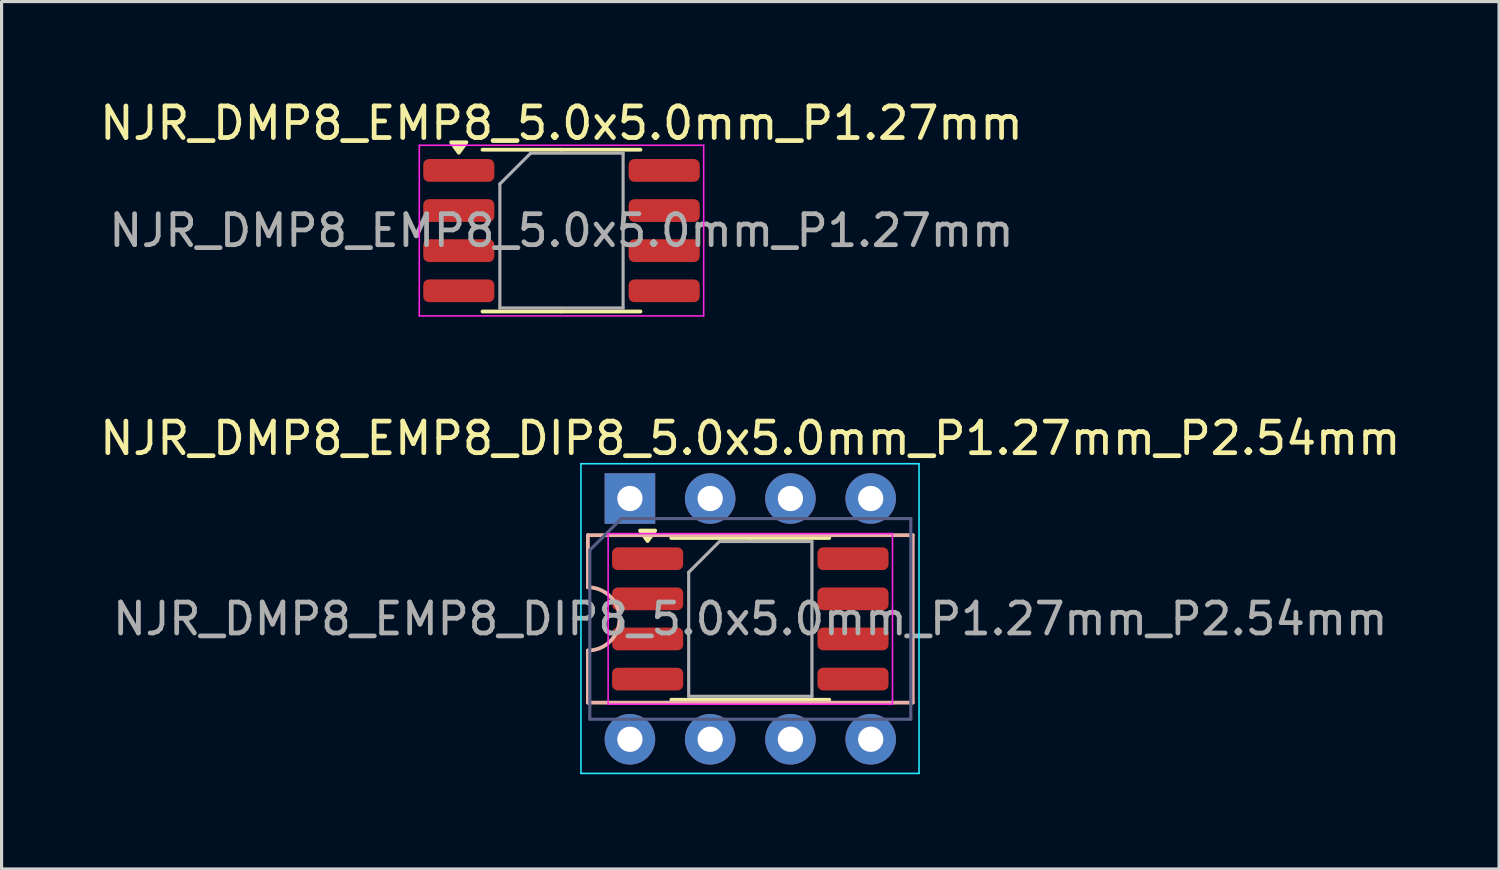
<source format=kicad_pcb>
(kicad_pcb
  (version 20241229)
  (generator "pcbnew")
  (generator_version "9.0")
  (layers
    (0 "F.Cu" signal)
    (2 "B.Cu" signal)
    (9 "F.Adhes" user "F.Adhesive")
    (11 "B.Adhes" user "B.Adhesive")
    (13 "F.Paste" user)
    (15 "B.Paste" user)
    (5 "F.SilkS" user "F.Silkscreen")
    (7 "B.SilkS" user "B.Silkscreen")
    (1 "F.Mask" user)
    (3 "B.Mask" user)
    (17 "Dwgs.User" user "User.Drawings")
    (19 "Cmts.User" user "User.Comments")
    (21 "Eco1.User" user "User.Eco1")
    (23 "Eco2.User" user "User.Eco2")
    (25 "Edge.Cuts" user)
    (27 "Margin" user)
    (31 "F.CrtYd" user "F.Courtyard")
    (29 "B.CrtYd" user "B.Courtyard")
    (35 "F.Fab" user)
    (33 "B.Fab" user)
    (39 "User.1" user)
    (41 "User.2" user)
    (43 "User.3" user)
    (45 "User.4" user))
  (footprint "NJR_DMP8_EMP8_DIP8_5.0x5.0mm_P1.27mm_P2.54mm"
    (layer "F.Cu")
    (at 20.696 16.537)
    (property "Reference" "NJR_DMP8_EMP8_DIP8_5.0x5.0mm_P1.27mm_P2.54mm" (at 0 -5.715 0) (layer "F.SilkS") (effects (font (size 1 1) (thickness 0.15))))
    (attr smd)
    (fp_line (start 0 -2.56) (end -2.5 -2.56) (stroke (width 0.12) (type solid)) (layer "F.SilkS"))
    (fp_line (start 0 -2.56) (end 2.5 -2.56) (stroke (width 0.12) (type solid)) (layer "F.SilkS"))
    (fp_line (start 0 2.56) (end -2.5 2.56) (stroke (width 0.12) (type solid)) (layer "F.SilkS"))
    (fp_line (start 0 2.56) (end 2.5 2.56) (stroke (width 0.12) (type solid)) (layer "F.SilkS"))
    (fp_poly (pts (xy -3.25 -2.465) (xy -3.49 -2.795) (xy -3.01 -2.795) (xy -3.25 -2.465)) (stroke (width 0.12) (type solid)) (fill yes) (layer "F.SilkS"))
    (fp_line (start -5.14 -2.65) (end -5.14 -1) (stroke (width 0.12) (type solid)) (layer "B.SilkS"))
    (fp_line (start -5.14 1) (end -5.14 2.65) (stroke (width 0.12) (type solid)) (layer "B.SilkS"))
    (fp_line (start -5.14 2.65) (end 5.14 2.65) (stroke (width 0.12) (type solid)) (layer "B.SilkS"))
    (fp_line (start 5.14 -2.65) (end -5.14 -2.65) (stroke (width 0.12) (type solid)) (layer "B.SilkS"))
    (fp_line (start 5.14 2.65) (end 5.14 -2.65) (stroke (width 0.12) (type solid)) (layer "B.SilkS"))
    (fp_arc (start -5.14 -1) (mid -4.14 0) (end -5.14 1) (stroke (width 0.12) (type solid)) (layer "B.SilkS"))
    (fp_line (start -5.36 -4.91) (end -5.36 4.89) (stroke (width 0.05) (type solid)) (layer "B.CrtYd"))
    (fp_line (start -5.36 4.89) (end 5.34 4.89) (stroke (width 0.05) (type solid)) (layer "B.CrtYd"))
    (fp_line (start 5.34 -4.91) (end -5.36 -4.91) (stroke (width 0.05) (type solid)) (layer "B.CrtYd"))
    (fp_line (start 5.34 4.89) (end 5.34 -4.91) (stroke (width 0.05) (type solid)) (layer "B.CrtYd"))
    (fp_line (start -4.5 -2.7) (end -4.5 2.7) (stroke (width 0.05) (type solid)) (layer "F.CrtYd"))
    (fp_line (start -4.5 2.7) (end 4.5 2.7) (stroke (width 0.05) (type solid)) (layer "F.CrtYd"))
    (fp_line (start 4.5 -2.7) (end -4.5 -2.7) (stroke (width 0.05) (type solid)) (layer "F.CrtYd"))
    (fp_line (start 4.5 2.7) (end 4.5 -2.7) (stroke (width 0.05) (type solid)) (layer "F.CrtYd"))
    (fp_line (start -5.08 -2.175) (end -4.08 -3.175) (stroke (width 0.1) (type solid)) (layer "B.Fab"))
    (fp_line (start -5.08 3.175) (end -5.08 -2.175) (stroke (width 0.1) (type solid)) (layer "B.Fab"))
    (fp_line (start -4.08 -3.175) (end 5.08 -3.175) (stroke (width 0.1) (type solid)) (layer "B.Fab"))
    (fp_line (start 5.08 -3.175) (end 5.08 3.175) (stroke (width 0.1) (type solid)) (layer "B.Fab"))
    (fp_line (start 5.08 3.175) (end -5.08 3.175) (stroke (width 0.1) (type solid)) (layer "B.Fab"))
    (fp_line (start -1.95 -1.475) (end -0.975 -2.45) (stroke (width 0.1) (type solid)) (layer "F.Fab"))
    (fp_line (start -1.95 2.45) (end -1.95 -1.475) (stroke (width 0.1) (type solid)) (layer "F.Fab"))
    (fp_line (start -0.975 -2.45) (end 1.95 -2.45) (stroke (width 0.1) (type solid)) (layer "F.Fab"))
    (fp_line (start 1.95 -2.45) (end 1.95 2.45) (stroke (width 0.1) (type solid)) (layer "F.Fab"))
    (fp_line (start 1.95 2.45) (end -1.95 2.45) (stroke (width 0.1) (type solid)) (layer "F.Fab"))
    (fp_text user "${REFERENCE}" (at 0 0 0) (layer "F.Fab") (effects (font (size 0.98 0.98) (thickness 0.15))))
    (pad "1" thru_hole rect (at -3.81 -3.81 90) (size 1.6 1.6) (drill 0.8) (layers "*.Cu" "*.Mask"))
    (pad "1" smd roundrect (at -3.25 -1.905) (size 2.25 0.72) (layers "F.Cu" "F.Mask" "F.Paste") (roundrect_rratio 0.25))
    (pad "2" smd roundrect (at -3.25 -0.635) (size 2.25 0.72) (layers "F.Cu" "F.Mask" "F.Paste") (roundrect_rratio 0.25))
    (pad "2" thru_hole oval (at -1.27 -3.81 90) (size 1.6 1.6) (drill 0.8) (layers "*.Cu" "*.Mask"))
    (pad "3" smd roundrect (at -3.25 0.635) (size 2.25 0.72) (layers "F.Cu" "F.Mask" "F.Paste") (roundrect_rratio 0.25))
    (pad "3" thru_hole oval (at 1.27 -3.81 90) (size 1.6 1.6) (drill 0.8) (layers "*.Cu" "*.Mask"))
    (pad "4" smd roundrect (at -3.25 1.905) (size 2.25 0.72) (layers "F.Cu" "F.Mask" "F.Paste") (roundrect_rratio 0.25))
    (pad "4" thru_hole oval (at 3.81 -3.81 90) (size 1.6 1.6) (drill 0.8) (layers "*.Cu" "*.Mask"))
    (pad "5" smd roundrect (at 3.25 1.905) (size 2.25 0.72) (layers "F.Cu" "F.Mask" "F.Paste") (roundrect_rratio 0.25))
    (pad "5" thru_hole oval (at 3.81 3.81 90) (size 1.6 1.6) (drill 0.8) (layers "*.Cu" "*.Mask"))
    (pad "6" thru_hole oval (at 1.27 3.81 90) (size 1.6 1.6) (drill 0.8) (layers "*.Cu" "*.Mask"))
    (pad "6" smd roundrect (at 3.25 0.635) (size 2.25 0.72) (layers "F.Cu" "F.Mask" "F.Paste") (roundrect_rratio 0.25))
    (pad "7" thru_hole oval (at -1.27 3.81 90) (size 1.6 1.6) (drill 0.8) (layers "*.Cu" "*.Mask"))
    (pad "7" smd roundrect (at 3.25 -0.635) (size 2.25 0.72) (layers "F.Cu" "F.Mask" "F.Paste") (roundrect_rratio 0.25))
    (pad "8" thru_hole oval (at -3.81 3.81 90) (size 1.6 1.6) (drill 0.8) (layers "*.Cu" "*.Mask"))
    (pad "8" smd roundrect (at 3.25 -1.905) (size 2.25 0.72) (layers "F.Cu" "F.Mask" "F.Paste") (roundrect_rratio 0.25)))
  (footprint "NJR_DMP8_EMP8_5.0x5.0mm_P1.27mm"
    (layer "F.Cu")
    (at 14.72 4.248)
    (property "Reference" "NJR_DMP8_EMP8_5.0x5.0mm_P1.27mm" (at 0 -3.4 0) (layer "F.SilkS") (effects (font (size 1 1) (thickness 0.15))))
    (attr smd)
    (fp_line (start 0 -2.56) (end -2.5 -2.56) (stroke (width 0.12) (type solid)) (layer "F.SilkS"))
    (fp_line (start 0 -2.56) (end 2.5 -2.56) (stroke (width 0.12) (type solid)) (layer "F.SilkS"))
    (fp_line (start 0 2.56) (end -2.5 2.56) (stroke (width 0.12) (type solid)) (layer "F.SilkS"))
    (fp_line (start 0 2.56) (end 2.5 2.56) (stroke (width 0.12) (type solid)) (layer "F.SilkS"))
    (fp_poly (pts (xy -3.25 -2.465) (xy -3.49 -2.795) (xy -3.01 -2.795) (xy -3.25 -2.465)) (stroke (width 0.12) (type solid)) (fill yes) (layer "F.SilkS"))
    (fp_line (start -4.5 -2.7) (end -4.5 2.7) (stroke (width 0.05) (type solid)) (layer "F.CrtYd"))
    (fp_line (start -4.5 2.7) (end 4.5 2.7) (stroke (width 0.05) (type solid)) (layer "F.CrtYd"))
    (fp_line (start 4.5 -2.7) (end -4.5 -2.7) (stroke (width 0.05) (type solid)) (layer "F.CrtYd"))
    (fp_line (start 4.5 2.7) (end 4.5 -2.7) (stroke (width 0.05) (type solid)) (layer "F.CrtYd"))
    (fp_line (start -1.95 -1.475) (end -0.975 -2.45) (stroke (width 0.1) (type solid)) (layer "F.Fab"))
    (fp_line (start -1.95 2.45) (end -1.95 -1.475) (stroke (width 0.1) (type solid)) (layer "F.Fab"))
    (fp_line (start -0.975 -2.45) (end 1.95 -2.45) (stroke (width 0.1) (type solid)) (layer "F.Fab"))
    (fp_line (start 1.95 -2.45) (end 1.95 2.45) (stroke (width 0.1) (type solid)) (layer "F.Fab"))
    (fp_line (start 1.95 2.45) (end -1.95 2.45) (stroke (width 0.1) (type solid)) (layer "F.Fab"))
    (fp_text user "${REFERENCE}" (at 0 0 0) (layer "F.Fab") (effects (font (size 0.98 0.98) (thickness 0.15))))
    (pad "1" smd roundrect (at -3.25 -1.905) (size 2.25 0.72) (layers "F.Cu" "F.Mask" "F.Paste") (roundrect_rratio 0.25))
    (pad "2" smd roundrect (at -3.25 -0.635) (size 2.25 0.72) (layers "F.Cu" "F.Mask" "F.Paste") (roundrect_rratio 0.25))
    (pad "3" smd roundrect (at -3.25 0.635) (size 2.25 0.72) (layers "F.Cu" "F.Mask" "F.Paste") (roundrect_rratio 0.25))
    (pad "4" smd roundrect (at -3.25 1.905) (size 2.25 0.72) (layers "F.Cu" "F.Mask" "F.Paste") (roundrect_rratio 0.25))
    (pad "5" smd roundrect (at 3.25 1.905) (size 2.25 0.72) (layers "F.Cu" "F.Mask" "F.Paste") (roundrect_rratio 0.25))
    (pad "6" smd roundrect (at 3.25 0.635) (size 2.25 0.72) (layers "F.Cu" "F.Mask" "F.Paste") (roundrect_rratio 0.25))
    (pad "7" smd roundrect (at 3.25 -0.635) (size 2.25 0.72) (layers "F.Cu" "F.Mask" "F.Paste") (roundrect_rratio 0.25))
    (pad "8" smd roundrect (at 3.25 -1.905) (size 2.25 0.72) (layers "F.Cu" "F.Mask" "F.Paste") (roundrect_rratio 0.25)))
  (gr_rect
    (start -3 -3)
    (end 44.393 24.451)
    (stroke (width 0.1) (type default))
    (fill no)
    (layer "Edge.Cuts")))
</source>
